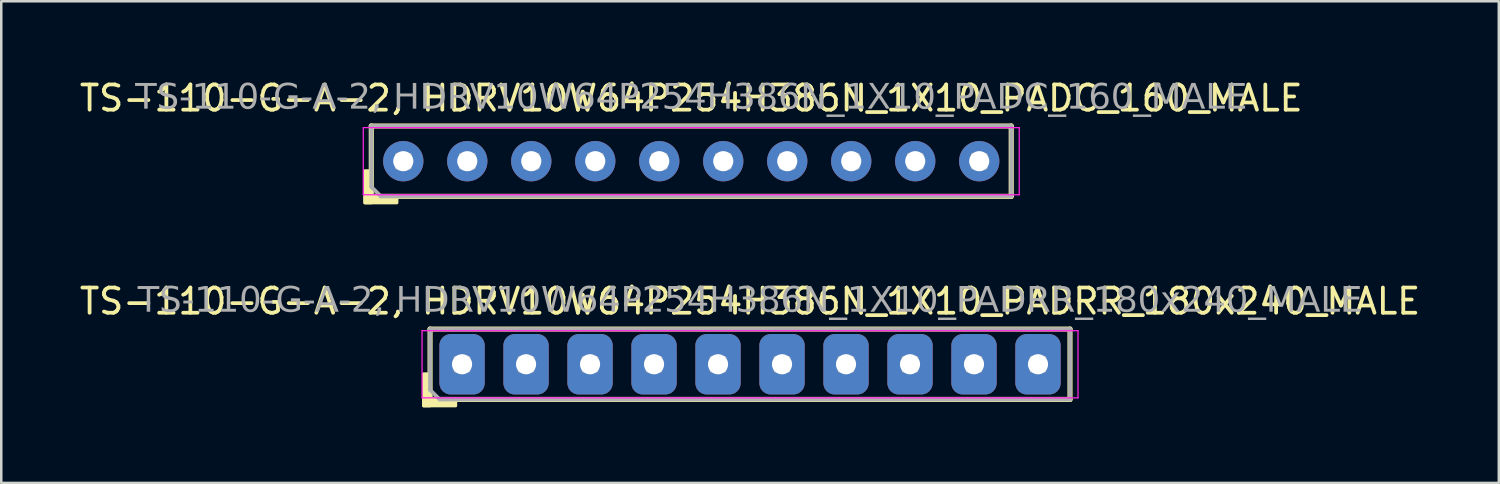
<source format=kicad_pcb>
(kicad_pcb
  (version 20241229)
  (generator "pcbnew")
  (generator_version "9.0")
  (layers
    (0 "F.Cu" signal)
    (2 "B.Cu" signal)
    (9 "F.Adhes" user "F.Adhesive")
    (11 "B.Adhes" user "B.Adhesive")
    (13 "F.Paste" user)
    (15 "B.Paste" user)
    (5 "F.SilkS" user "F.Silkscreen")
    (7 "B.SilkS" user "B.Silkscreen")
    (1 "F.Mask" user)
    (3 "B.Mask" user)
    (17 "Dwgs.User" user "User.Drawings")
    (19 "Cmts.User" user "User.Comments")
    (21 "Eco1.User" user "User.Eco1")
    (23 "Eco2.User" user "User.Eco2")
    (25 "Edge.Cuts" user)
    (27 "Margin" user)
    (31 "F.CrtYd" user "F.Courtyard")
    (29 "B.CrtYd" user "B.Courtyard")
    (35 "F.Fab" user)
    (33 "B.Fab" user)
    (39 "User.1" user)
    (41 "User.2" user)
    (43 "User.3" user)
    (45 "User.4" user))
  (footprint "TS-110-G-A-2, HDRV10W64P254H386N_1X10_PADC_160_MALE"
    (layer "F.Cu")
    (at 24.387 3.348)
    (property "Reference" "TS-110-G-A-2, HDRV10W64P254H386N_1X10_PADC_160_MALE" (at 0 -2.5 0) (layer "F.SilkS") (effects (font (size 1 1) (thickness 0.15))))
    (attr through_hole)
    (fp_line (start -12.7 -1.397) (end -12.7 1.397) (stroke (width 0.203) (type solid)) (layer "F.SilkS"))
    (fp_line (start -12.7 1.397) (end 12.7 1.397) (stroke (width 0.203) (type solid)) (layer "F.SilkS"))
    (fp_line (start 12.7 -1.397) (end -12.7 -1.397) (stroke (width 0.203) (type solid)) (layer "F.SilkS"))
    (fp_line (start 12.7 1.397) (end 12.7 -1.397) (stroke (width 0.203) (type solid)) (layer "F.SilkS"))
    (fp_rect (start -12.7 0.381) (end -12.954 1.651) (stroke (width 0.12) (type solid)) (fill yes) (layer "F.SilkS"))
    (fp_rect (start -11.684 1.651) (end -12.954 1.397) (stroke (width 0.12) (type solid)) (fill yes) (layer "F.SilkS"))
    (fp_line (start -13.018 1.333) (end -13.018 -1.333) (stroke (width 0.05) (type solid)) (layer "F.CrtYd"))
    (fp_line (start 13.018 -1.333) (end -13.018 -1.333) (stroke (width 0.05) (type solid)) (layer "F.CrtYd"))
    (fp_line (start 13.018 -1.333) (end 13.018 1.333) (stroke (width 0.05) (type solid)) (layer "F.CrtYd"))
    (fp_line (start 13.018 1.333) (end -13.018 1.333) (stroke (width 0.05) (type solid)) (layer "F.CrtYd"))
    (fp_line (start -12.7 -1.397) (end -12.7 1.016) (stroke (width 0.152) (type solid)) (layer "F.Fab"))
    (fp_line (start -12.7 -1.397) (end 12.7 -1.397) (stroke (width 0.152) (type solid)) (layer "F.Fab"))
    (fp_line (start -12.7 1.016) (end -12.319 1.397) (stroke (width 0.152) (type solid)) (layer "F.Fab"))
    (fp_line (start 12.7 -1.397) (end 12.7 1.397) (stroke (width 0.152) (type solid)) (layer "F.Fab"))
    (fp_line (start 12.7 1.397) (end -12.319 1.397) (stroke (width 0.152) (type solid)) (layer "F.Fab"))
    (fp_rect (start -11.176 -0.254) (end -11.684 0.254) (stroke (width 0.152) (type solid)) (fill no) (layer "F.Fab"))
    (fp_rect (start -8.636 -0.254) (end -9.144 0.254) (stroke (width 0.152) (type solid)) (fill no) (layer "F.Fab"))
    (fp_rect (start -6.096 -0.254) (end -6.604 0.254) (stroke (width 0.152) (type solid)) (fill no) (layer "F.Fab"))
    (fp_rect (start -3.556 -0.254) (end -4.064 0.254) (stroke (width 0.152) (type solid)) (fill no) (layer "F.Fab"))
    (fp_rect (start -1.016 -0.254) (end -1.524 0.254) (stroke (width 0.152) (type solid)) (fill no) (layer "F.Fab"))
    (fp_rect (start 1.524 -0.254) (end 1.016 0.254) (stroke (width 0.152) (type solid)) (fill no) (layer "F.Fab"))
    (fp_rect (start 4.064 -0.254) (end 3.556 0.254) (stroke (width 0.152) (type solid)) (fill no) (layer "F.Fab"))
    (fp_rect (start 6.604 -0.254) (end 6.096 0.254) (stroke (width 0.152) (type solid)) (fill no) (layer "F.Fab"))
    (fp_rect (start 9.144 -0.254) (end 8.636 0.254) (stroke (width 0.152) (type solid)) (fill no) (layer "F.Fab"))
    (fp_rect (start 11.684 -0.254) (end 11.176 0.254) (stroke (width 0.152) (type solid)) (fill no) (layer "F.Fab"))
    (fp_text user "${REFERENCE}" (at 0 -2.5 0) (layer "F.Fab") (effects (font (face "Tahoma") (size 1 1) (thickness 0.15))))
    (pad "1" thru_hole circle (at -11.43 0) (size 1.6 1.6) (drill 0.8) (layers "*.Cu" "*.Mask"))
    (pad "2" thru_hole circle (at -8.89 0) (size 1.6 1.6) (drill 0.8) (layers "*.Cu" "*.Mask"))
    (pad "3" thru_hole circle (at -6.35 0) (size 1.6 1.6) (drill 0.8) (layers "*.Cu" "*.Mask"))
    (pad "4" thru_hole circle (at -3.81 0) (size 1.6 1.6) (drill 0.8) (layers "*.Cu" "*.Mask"))
    (pad "5" thru_hole circle (at -1.27 0) (size 1.6 1.6) (drill 0.8) (layers "*.Cu" "*.Mask"))
    (pad "6" thru_hole circle (at 1.27 0) (size 1.6 1.6) (drill 0.8) (layers "*.Cu" "*.Mask"))
    (pad "7" thru_hole circle (at 3.81 0) (size 1.6 1.6) (drill 0.8) (layers "*.Cu" "*.Mask"))
    (pad "8" thru_hole circle (at 6.35 0) (size 1.6 1.6) (drill 0.8) (layers "*.Cu" "*.Mask"))
    (pad "9" thru_hole circle (at 8.89 0) (size 1.6 1.6) (drill 0.8) (layers "*.Cu" "*.Mask"))
    (pad "10" thru_hole circle (at 11.43 0) (size 1.6 1.6) (drill 0.8) (layers "*.Cu" "*.Mask")))
  (footprint "TS-110-G-A-2, HDRV10W64P254H386N_1X10_PADRR_180x240_MALE"
    (layer "F.Cu")
    (at 26.72 11.408)
    (property "Reference" "TS-110-G-A-2, HDRV10W64P254H386N_1X10_PADRR_180x240_MALE" (at 0 -2.5 0) (layer "F.SilkS") (effects (font (size 1 1) (thickness 0.15))))
    (attr through_hole)
    (fp_line (start -12.7 -1.397) (end -12.7 1.397) (stroke (width 0.203) (type solid)) (layer "F.SilkS"))
    (fp_line (start -12.7 1.397) (end 12.7 1.397) (stroke (width 0.203) (type solid)) (layer "F.SilkS"))
    (fp_line (start 12.7 -1.397) (end -12.7 -1.397) (stroke (width 0.203) (type solid)) (layer "F.SilkS"))
    (fp_line (start 12.7 1.397) (end 12.7 -1.397) (stroke (width 0.203) (type solid)) (layer "F.SilkS"))
    (fp_rect (start -12.7 0.381) (end -12.954 1.651) (stroke (width 0.12) (type solid)) (fill yes) (layer "F.SilkS"))
    (fp_rect (start -11.684 1.651) (end -12.954 1.397) (stroke (width 0.12) (type solid)) (fill yes) (layer "F.SilkS"))
    (fp_line (start -13.018 1.333) (end -13.018 -1.333) (stroke (width 0.05) (type solid)) (layer "F.CrtYd"))
    (fp_line (start 13.018 -1.333) (end -13.018 -1.333) (stroke (width 0.05) (type solid)) (layer "F.CrtYd"))
    (fp_line (start 13.018 -1.333) (end 13.018 1.333) (stroke (width 0.05) (type solid)) (layer "F.CrtYd"))
    (fp_line (start 13.018 1.333) (end -13.018 1.333) (stroke (width 0.05) (type solid)) (layer "F.CrtYd"))
    (fp_line (start -12.7 -1.397) (end -12.7 1.016) (stroke (width 0.152) (type solid)) (layer "F.Fab"))
    (fp_line (start -12.7 -1.397) (end 12.7 -1.397) (stroke (width 0.152) (type solid)) (layer "F.Fab"))
    (fp_line (start -12.7 1.016) (end -12.319 1.397) (stroke (width 0.152) (type solid)) (layer "F.Fab"))
    (fp_line (start 12.7 -1.397) (end 12.7 1.397) (stroke (width 0.152) (type solid)) (layer "F.Fab"))
    (fp_line (start 12.7 1.397) (end -12.319 1.397) (stroke (width 0.152) (type solid)) (layer "F.Fab"))
    (fp_rect (start -11.176 -0.254) (end -11.684 0.254) (stroke (width 0.152) (type solid)) (fill no) (layer "F.Fab"))
    (fp_rect (start -8.636 -0.254) (end -9.144 0.254) (stroke (width 0.152) (type solid)) (fill no) (layer "F.Fab"))
    (fp_rect (start -6.096 -0.254) (end -6.604 0.254) (stroke (width 0.152) (type solid)) (fill no) (layer "F.Fab"))
    (fp_rect (start -3.556 -0.254) (end -4.064 0.254) (stroke (width 0.152) (type solid)) (fill no) (layer "F.Fab"))
    (fp_rect (start -1.016 -0.254) (end -1.524 0.254) (stroke (width 0.152) (type solid)) (fill no) (layer "F.Fab"))
    (fp_rect (start 1.524 -0.254) (end 1.016 0.254) (stroke (width 0.152) (type solid)) (fill no) (layer "F.Fab"))
    (fp_rect (start 4.064 -0.254) (end 3.556 0.254) (stroke (width 0.152) (type solid)) (fill no) (layer "F.Fab"))
    (fp_rect (start 6.604 -0.254) (end 6.096 0.254) (stroke (width 0.152) (type solid)) (fill no) (layer "F.Fab"))
    (fp_rect (start 9.144 -0.254) (end 8.636 0.254) (stroke (width 0.152) (type solid)) (fill no) (layer "F.Fab"))
    (fp_rect (start 11.684 -0.254) (end 11.176 0.254) (stroke (width 0.152) (type solid)) (fill no) (layer "F.Fab"))
    (fp_text user "${REFERENCE}" (at 0 -2.5 0) (layer "F.Fab") (effects (font (face "Tahoma") (size 1 1) (thickness 0.15))))
    (pad "1" thru_hole roundrect (at -11.43 0) (size 1.8 2.4) (drill 0.8) (layers "*.Cu" "*.Mask") (roundrect_rratio 0.25))
    (pad "2" thru_hole roundrect (at -8.89 0) (size 1.8 2.4) (drill 0.8) (layers "*.Cu" "*.Mask") (roundrect_rratio 0.25))
    (pad "3" thru_hole roundrect (at -6.35 0) (size 1.8 2.4) (drill 0.8) (layers "*.Cu" "*.Mask") (roundrect_rratio 0.25))
    (pad "4" thru_hole roundrect (at -3.81 0) (size 1.8 2.4) (drill 0.8) (layers "*.Cu" "*.Mask") (roundrect_rratio 0.25))
    (pad "5" thru_hole roundrect (at -1.27 0) (size 1.8 2.4) (drill 0.8) (layers "*.Cu" "*.Mask") (roundrect_rratio 0.25))
    (pad "6" thru_hole roundrect (at 1.27 0) (size 1.8 2.4) (drill 0.8) (layers "*.Cu" "*.Mask") (roundrect_rratio 0.25))
    (pad "7" thru_hole roundrect (at 3.81 0) (size 1.8 2.4) (drill 0.8) (layers "*.Cu" "*.Mask") (roundrect_rratio 0.25))
    (pad "8" thru_hole roundrect (at 6.35 0) (size 1.8 2.4) (drill 0.8) (layers "*.Cu" "*.Mask") (roundrect_rratio 0.25))
    (pad "9" thru_hole roundrect (at 8.89 0) (size 1.8 2.4) (drill 0.8) (layers "*.Cu" "*.Mask") (roundrect_rratio 0.25))
    (pad "10" thru_hole roundrect (at 11.43 0) (size 1.8 2.4) (drill 0.8) (layers "*.Cu" "*.Mask") (roundrect_rratio 0.25)))
  (gr_rect
    (start -3 -3)
    (end 56.44 16.119)
    (stroke (width 0.1) (type default))
    (fill no)
    (layer "Edge.Cuts")))
</source>
